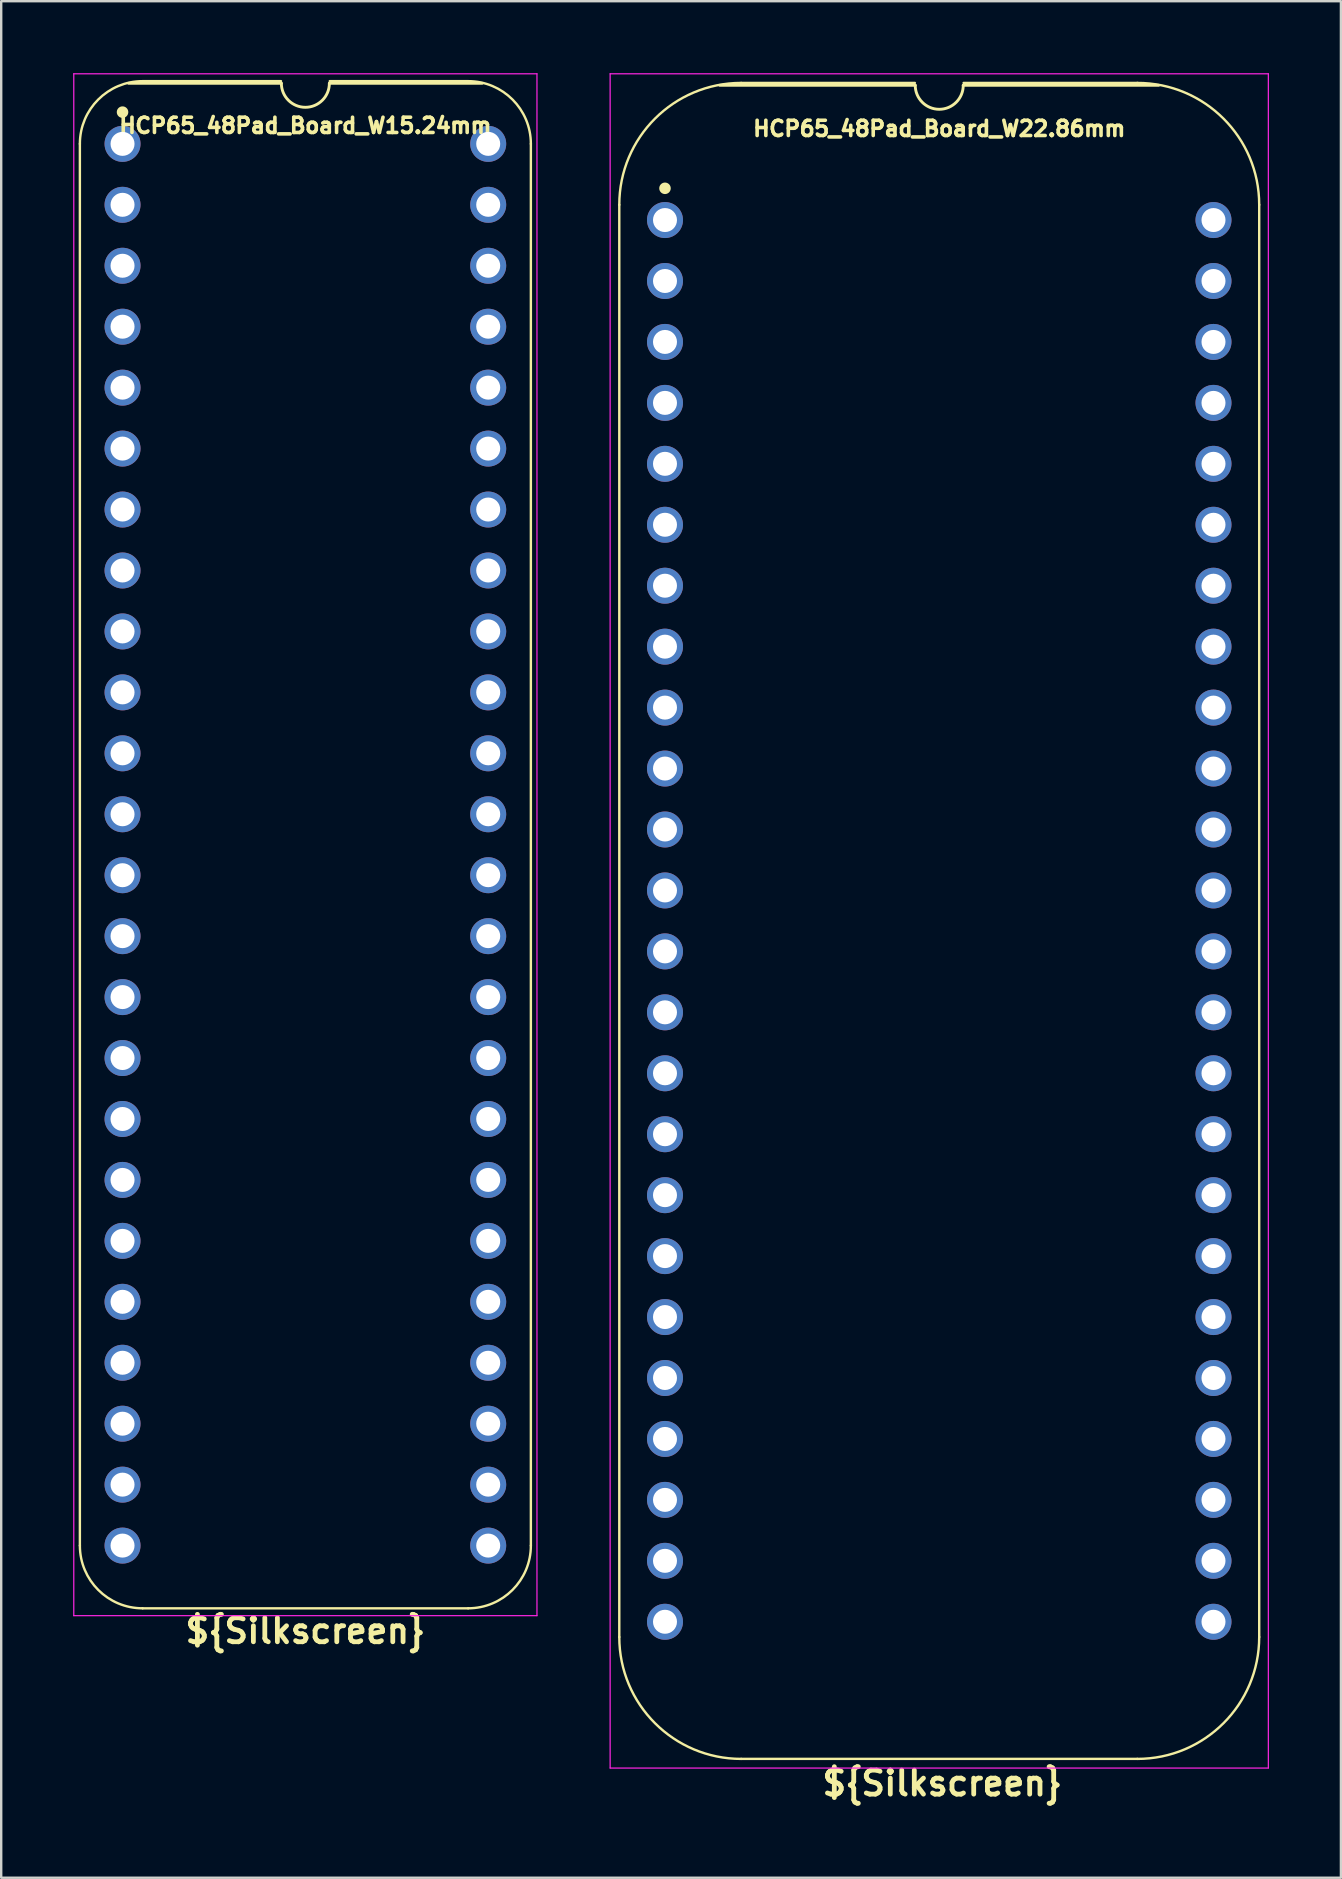
<source format=kicad_pcb>
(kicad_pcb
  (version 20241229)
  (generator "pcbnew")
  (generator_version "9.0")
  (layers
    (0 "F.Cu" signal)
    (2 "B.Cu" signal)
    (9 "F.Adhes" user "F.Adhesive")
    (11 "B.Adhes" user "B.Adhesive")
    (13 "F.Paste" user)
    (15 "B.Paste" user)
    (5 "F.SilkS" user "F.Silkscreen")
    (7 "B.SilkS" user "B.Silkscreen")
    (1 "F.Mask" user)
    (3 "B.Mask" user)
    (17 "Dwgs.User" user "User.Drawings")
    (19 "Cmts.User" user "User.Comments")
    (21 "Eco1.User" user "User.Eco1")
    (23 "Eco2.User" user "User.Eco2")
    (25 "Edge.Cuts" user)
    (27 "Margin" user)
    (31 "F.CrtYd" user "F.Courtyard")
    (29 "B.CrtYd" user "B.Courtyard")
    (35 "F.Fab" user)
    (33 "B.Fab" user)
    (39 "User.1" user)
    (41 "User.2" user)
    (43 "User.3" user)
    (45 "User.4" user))
  (footprint "HCP65_48Pad_Board_W22.86mm"
    (layer "F.Cu")
    (at 24.665 6.121)
    (property "Reference" "HCP65_48Pad_Board_W22.86mm" (at 11.43 -3.81 0) (layer "F.SilkS") (effects (font (size 0.635 0.635) (thickness 0.15))))
    (property "Silkscreen" "${Silkscreen}" (at 11.557 65.151 0) (unlocked yes) (layer "F.SilkS") (effects (font (size 1 1) (thickness 0.2) (bold yes))))
    (attr through_hole)
    (fp_line (start -1.905 -0.635) (end -1.905 59.055) (stroke (width 0.1) (type solid)) (layer "F.SilkS"))
    (fp_line (start 10.414 -5.715) (end 3.175 -5.715) (stroke (width 0.1) (type solid)) (layer "F.SilkS"))
    (fp_line (start 10.43 -5.616) (end 2.286 -5.616) (stroke (width 0.12) (type solid)) (layer "F.SilkS"))
    (fp_line (start 19.685 -5.715) (end 12.446 -5.715) (stroke (width 0.1) (type solid)) (layer "F.SilkS"))
    (fp_line (start 19.685 64.135) (end 3.175 64.135) (stroke (width 0.1) (type solid)) (layer "F.SilkS"))
    (fp_line (start 20.574 -5.616) (end 12.43 -5.616) (stroke (width 0.12) (type solid)) (layer "F.SilkS"))
    (fp_line (start 24.765 59.055) (end 24.765 -0.635) (stroke (width 0.1) (type solid)) (layer "F.SilkS"))
    (fp_arc (start -1.905 -0.635) (mid -0.417102 -4.227102) (end 3.175 -5.715) (stroke (width 0.1) (type solid)) (layer "F.SilkS"))
    (fp_arc (start 3.175 64.135) (mid -0.417102 62.647102) (end -1.905 59.055) (stroke (width 0.1) (type solid)) (layer "F.SilkS"))
    (fp_arc (start 12.43 -5.616) (mid 11.43 -4.616) (end 10.43 -5.616) (stroke (width 0.12) (type solid)) (layer "F.SilkS"))
    (fp_arc (start 19.685 -5.715) (mid 23.277102 -4.227102) (end 24.765 -0.635) (stroke (width 0.1) (type solid)) (layer "F.SilkS"))
    (fp_arc (start 24.765 59.055) (mid 23.277102 62.647102) (end 19.685 64.135) (stroke (width 0.1) (type solid)) (layer "F.SilkS"))
    (fp_circle (center 0 -1.323) (end 0.18 -1.323) (stroke (width 0.12) (type solid)) (fill yes) (layer "F.SilkS"))
    (fp_line (start -2.286 -6.096) (end -2.286 64.516) (stroke (width 0.05) (type solid)) (layer "F.CrtYd"))
    (fp_line (start -2.286 -6.096) (end 25.146 -6.096) (stroke (width 0.05) (type solid)) (layer "F.CrtYd"))
    (fp_line (start -2.286 64.516) (end 25.146 64.516) (stroke (width 0.05) (type solid)) (layer "F.CrtYd"))
    (fp_line (start 25.146 64.516) (end 25.146 -6.096) (stroke (width 0.05) (type solid)) (layer "F.CrtYd"))
    (pad "1" thru_hole circle (at 0 0) (size 1.5 1.5) (drill 1) (layers "*.Cu" "*.Mask"))
    (pad "2" thru_hole circle (at 0 2.54) (size 1.5 1.5) (drill 1) (layers "*.Cu" "*.Mask"))
    (pad "3" thru_hole circle (at 0 5.08) (size 1.5 1.5) (drill 1) (layers "*.Cu" "*.Mask"))
    (pad "4" thru_hole circle (at 0 7.62) (size 1.5 1.5) (drill 1) (layers "*.Cu" "*.Mask"))
    (pad "5" thru_hole circle (at 0 10.16) (size 1.5 1.5) (drill 1) (layers "*.Cu" "*.Mask"))
    (pad "6" thru_hole circle (at 0 12.7) (size 1.5 1.5) (drill 1) (layers "*.Cu" "*.Mask"))
    (pad "7" thru_hole circle (at 0 15.24) (size 1.5 1.5) (drill 1) (layers "*.Cu" "*.Mask"))
    (pad "8" thru_hole circle (at 0 17.78) (size 1.5 1.5) (drill 1) (layers "*.Cu" "*.Mask"))
    (pad "9" thru_hole circle (at 0 20.32) (size 1.5 1.5) (drill 1) (layers "*.Cu" "*.Mask"))
    (pad "10" thru_hole circle (at 0 22.86) (size 1.5 1.5) (drill 1) (layers "*.Cu" "*.Mask"))
    (pad "11" thru_hole circle (at 0 25.4) (size 1.5 1.5) (drill 1) (layers "*.Cu" "*.Mask"))
    (pad "12" thru_hole circle (at 0 27.94) (size 1.5 1.5) (drill 1) (layers "*.Cu" "*.Mask"))
    (pad "13" thru_hole circle (at 0 30.48) (size 1.5 1.5) (drill 1) (layers "*.Cu" "*.Mask"))
    (pad "14" thru_hole circle (at 0 33.02) (size 1.5 1.5) (drill 1) (layers "*.Cu" "*.Mask"))
    (pad "15" thru_hole circle (at 0 35.56) (size 1.5 1.5) (drill 1) (layers "*.Cu" "*.Mask"))
    (pad "16" thru_hole circle (at 0 38.1) (size 1.5 1.5) (drill 1) (layers "*.Cu" "*.Mask"))
    (pad "17" thru_hole circle (at 0 40.64) (size 1.5 1.5) (drill 1) (layers "*.Cu" "*.Mask"))
    (pad "18" thru_hole circle (at 0 43.18) (size 1.5 1.5) (drill 1) (layers "*.Cu" "*.Mask"))
    (pad "19" thru_hole circle (at 0 45.72) (size 1.5 1.5) (drill 1) (layers "*.Cu" "*.Mask"))
    (pad "20" thru_hole circle (at 0 48.26) (size 1.5 1.5) (drill 1) (layers "*.Cu" "*.Mask"))
    (pad "21" thru_hole circle (at 0 50.8) (size 1.5 1.5) (drill 1) (layers "*.Cu" "*.Mask"))
    (pad "22" thru_hole circle (at 0 53.34) (size 1.5 1.5) (drill 1) (layers "*.Cu" "*.Mask"))
    (pad "23" thru_hole circle (at 0 55.88) (size 1.5 1.5) (drill 1) (layers "*.Cu" "*.Mask"))
    (pad "24" thru_hole circle (at 0 58.42) (size 1.5 1.5) (drill 1) (layers "*.Cu" "*.Mask"))
    (pad "25" thru_hole circle (at 22.86 58.42 180) (size 1.5 1.5) (drill 1) (layers "*.Cu" "*.Mask"))
    (pad "26" thru_hole circle (at 22.86 55.88 180) (size 1.5 1.5) (drill 1) (layers "*.Cu" "*.Mask"))
    (pad "27" thru_hole circle (at 22.86 53.34 180) (size 1.5 1.5) (drill 1) (layers "*.Cu" "*.Mask"))
    (pad "28" thru_hole circle (at 22.86 50.8 180) (size 1.5 1.5) (drill 1) (layers "*.Cu" "*.Mask"))
    (pad "29" thru_hole circle (at 22.86 48.26) (size 1.5 1.5) (drill 1) (layers "*.Cu" "*.Mask"))
    (pad "30" thru_hole circle (at 22.86 45.72) (size 1.5 1.5) (drill 1) (layers "*.Cu" "*.Mask"))
    (pad "31" thru_hole circle (at 22.86 43.18) (size 1.5 1.5) (drill 1) (layers "*.Cu" "*.Mask"))
    (pad "32" thru_hole circle (at 22.86 40.64) (size 1.5 1.5) (drill 1) (layers "*.Cu" "*.Mask"))
    (pad "33" thru_hole circle (at 22.86 38.1) (size 1.5 1.5) (drill 1) (layers "*.Cu" "*.Mask"))
    (pad "34" thru_hole circle (at 22.86 35.56) (size 1.5 1.5) (drill 1) (layers "*.Cu" "*.Mask"))
    (pad "35" thru_hole circle (at 22.86 33.02) (size 1.5 1.5) (drill 1) (layers "*.Cu" "*.Mask"))
    (pad "36" thru_hole circle (at 22.86 30.48) (size 1.5 1.5) (drill 1) (layers "*.Cu" "*.Mask"))
    (pad "37" thru_hole circle (at 22.86 27.94) (size 1.5 1.5) (drill 1) (layers "*.Cu" "*.Mask"))
    (pad "38" thru_hole circle (at 22.86 25.4) (size 1.5 1.5) (drill 1) (layers "*.Cu" "*.Mask"))
    (pad "39" thru_hole circle (at 22.86 22.86) (size 1.5 1.5) (drill 1) (layers "*.Cu" "*.Mask"))
    (pad "40" thru_hole circle (at 22.86 20.32) (size 1.5 1.5) (drill 1) (layers "*.Cu" "*.Mask"))
    (pad "41" thru_hole circle (at 22.86 17.78) (size 1.5 1.5) (drill 1) (layers "*.Cu" "*.Mask"))
    (pad "42" thru_hole circle (at 22.86 15.24) (size 1.5 1.5) (drill 1) (layers "*.Cu" "*.Mask"))
    (pad "43" thru_hole circle (at 22.86 12.7) (size 1.5 1.5) (drill 1) (layers "*.Cu" "*.Mask"))
    (pad "44" thru_hole circle (at 22.86 10.16) (size 1.5 1.5) (drill 1) (layers "*.Cu" "*.Mask"))
    (pad "45" thru_hole circle (at 22.86 7.62) (size 1.5 1.5) (drill 1) (layers "*.Cu" "*.Mask"))
    (pad "46" thru_hole circle (at 22.86 5.08) (size 1.5 1.5) (drill 1) (layers "*.Cu" "*.Mask"))
    (pad "47" thru_hole circle (at 22.86 2.54) (size 1.5 1.5) (drill 1) (layers "*.Cu" "*.Mask"))
    (pad "48" thru_hole circle (at 22.86 0) (size 1.5 1.5) (drill 1) (layers "*.Cu" "*.Mask")))
  (footprint "HCP65_48Pad_Board_W15.24mm"
    (layer "F.Cu")
    (at 2.057 2.946)
    (property "Reference" "HCP65_48Pad_Board_W15.24mm" (at 7.62 -0.762 0) (layer "F.SilkS") (effects (font (size 0.635 0.635) (thickness 0.15))))
    (property "Silkscreen" "${Silkscreen}" (at 7.62 61.976 0) (layer "F.SilkS") (effects (font (size 1 1) (thickness 0.2))))
    (attr through_hole)
    (fp_line (start -1.778 58.42) (end -1.778 0) (stroke (width 0.1) (type solid)) (layer "F.SilkS"))
    (fp_line (start 0.836 -2.614) (end 6.604 -2.614) (stroke (width 0.1) (type solid)) (layer "F.SilkS"))
    (fp_line (start 6.62 -2.524) (end 0.254 -2.524) (stroke (width 0.12) (type solid)) (layer "F.SilkS"))
    (fp_line (start 8.636 -2.614) (end 14.404 -2.614) (stroke (width 0.1) (type solid)) (layer "F.SilkS"))
    (fp_line (start 14.404 61.034) (end 0.836 61.034) (stroke (width 0.1) (type solid)) (layer "F.SilkS"))
    (fp_line (start 14.986 -2.524) (end 8.62 -2.524) (stroke (width 0.12) (type solid)) (layer "F.SilkS"))
    (fp_line (start 17.018 58.42) (end 17.018 0) (stroke (width 0.1) (type solid)) (layer "F.SilkS"))
    (fp_arc (start -1.778 0) (mid -1.012456 -1.848188) (end 0.835732 -2.613732) (stroke (width 0.1) (type solid)) (layer "F.SilkS"))
    (fp_arc (start 0.835733 61.033733) (mid -1.012456 60.268189) (end -1.778 58.42) (stroke (width 0.1) (type solid)) (layer "F.SilkS"))
    (fp_arc (start 8.62 -2.524) (mid 7.62 -1.524) (end 6.62 -2.524) (stroke (width 0.12) (type solid)) (layer "F.SilkS"))
    (fp_arc (start 14.404268 -2.613732) (mid 16.252456 -1.848188) (end 17.018 0) (stroke (width 0.1) (type solid)) (layer "F.SilkS"))
    (fp_arc (start 17.018001 58.420001) (mid 16.252456 60.268188) (end 14.404269 61.033733) (stroke (width 0.1) (type solid)) (layer "F.SilkS"))
    (fp_circle (center 0 -1.323) (end 0.18 -1.323) (stroke (width 0.12) (type solid)) (fill yes) (layer "F.SilkS"))
    (fp_line (start -2.032 -2.921) (end -2.032 61.341) (stroke (width 0.05) (type solid)) (layer "F.CrtYd"))
    (fp_line (start -2.032 -2.921) (end 17.272 -2.921) (stroke (width 0.05) (type solid)) (layer "F.CrtYd"))
    (fp_line (start -2.032 61.341) (end 17.272 61.341) (stroke (width 0.05) (type solid)) (layer "F.CrtYd"))
    (fp_line (start 17.272 -2.921) (end 17.272 61.341) (stroke (width 0.05) (type solid)) (layer "F.CrtYd"))
    (pad "1" thru_hole circle (at 0 0) (size 1.5 1.5) (drill 1) (layers "*.Cu" "*.Mask"))
    (pad "2" thru_hole circle (at 0 2.54) (size 1.5 1.5) (drill 1) (layers "*.Cu" "*.Mask"))
    (pad "3" thru_hole circle (at 0 5.08) (size 1.5 1.5) (drill 1) (layers "*.Cu" "*.Mask"))
    (pad "4" thru_hole circle (at 0 7.62) (size 1.5 1.5) (drill 1) (layers "*.Cu" "*.Mask"))
    (pad "5" thru_hole circle (at 0 10.16) (size 1.5 1.5) (drill 1) (layers "*.Cu" "*.Mask"))
    (pad "6" thru_hole circle (at 0 12.7) (size 1.5 1.5) (drill 1) (layers "*.Cu" "*.Mask"))
    (pad "7" thru_hole circle (at 0 15.24) (size 1.5 1.5) (drill 1) (layers "*.Cu" "*.Mask"))
    (pad "8" thru_hole circle (at 0 17.78) (size 1.5 1.5) (drill 1) (layers "*.Cu" "*.Mask"))
    (pad "9" thru_hole circle (at 0 20.32) (size 1.5 1.5) (drill 1) (layers "*.Cu" "*.Mask"))
    (pad "10" thru_hole circle (at 0 22.86) (size 1.5 1.5) (drill 1) (layers "*.Cu" "*.Mask"))
    (pad "11" thru_hole circle (at 0 25.4) (size 1.5 1.5) (drill 1) (layers "*.Cu" "*.Mask"))
    (pad "12" thru_hole circle (at 0 27.94) (size 1.5 1.5) (drill 1) (layers "*.Cu" "*.Mask"))
    (pad "13" thru_hole circle (at 0 30.48) (size 1.5 1.5) (drill 1) (layers "*.Cu" "*.Mask"))
    (pad "14" thru_hole circle (at 0 33.02) (size 1.5 1.5) (drill 1) (layers "*.Cu" "*.Mask"))
    (pad "15" thru_hole circle (at 0 35.56) (size 1.5 1.5) (drill 1) (layers "*.Cu" "*.Mask"))
    (pad "16" thru_hole circle (at 0 38.1) (size 1.5 1.5) (drill 1) (layers "*.Cu" "*.Mask"))
    (pad "17" thru_hole circle (at 0 40.64) (size 1.5 1.5) (drill 1) (layers "*.Cu" "*.Mask"))
    (pad "18" thru_hole circle (at 0 43.18) (size 1.5 1.5) (drill 1) (layers "*.Cu" "*.Mask"))
    (pad "19" thru_hole circle (at 0 45.72) (size 1.5 1.5) (drill 1) (layers "*.Cu" "*.Mask"))
    (pad "20" thru_hole circle (at 0 48.26) (size 1.5 1.5) (drill 1) (layers "*.Cu" "*.Mask"))
    (pad "21" thru_hole circle (at 0 50.8) (size 1.5 1.5) (drill 1) (layers "*.Cu" "*.Mask"))
    (pad "22" thru_hole circle (at 0 53.34) (size 1.5 1.5) (drill 1) (layers "*.Cu" "*.Mask"))
    (pad "23" thru_hole circle (at 0 55.88) (size 1.5 1.5) (drill 1) (layers "*.Cu" "*.Mask"))
    (pad "24" thru_hole circle (at 0 58.42) (size 1.5 1.5) (drill 1) (layers "*.Cu" "*.Mask"))
    (pad "25" thru_hole circle (at 15.24 58.42 180) (size 1.5 1.5) (drill 1) (layers "*.Cu" "*.Mask"))
    (pad "26" thru_hole circle (at 15.24 55.88 180) (size 1.5 1.5) (drill 1) (layers "*.Cu" "*.Mask"))
    (pad "27" thru_hole circle (at 15.24 53.34 180) (size 1.5 1.5) (drill 1) (layers "*.Cu" "*.Mask"))
    (pad "28" thru_hole circle (at 15.24 50.8 180) (size 1.5 1.5) (drill 1) (layers "*.Cu" "*.Mask"))
    (pad "29" thru_hole circle (at 15.24 48.26) (size 1.5 1.5) (drill 1) (layers "*.Cu" "*.Mask"))
    (pad "30" thru_hole circle (at 15.24 45.72) (size 1.5 1.5) (drill 1) (layers "*.Cu" "*.Mask"))
    (pad "31" thru_hole circle (at 15.24 43.18) (size 1.5 1.5) (drill 1) (layers "*.Cu" "*.Mask"))
    (pad "32" thru_hole circle (at 15.24 40.64) (size 1.5 1.5) (drill 1) (layers "*.Cu" "*.Mask"))
    (pad "33" thru_hole circle (at 15.24 38.1) (size 1.5 1.5) (drill 1) (layers "*.Cu" "*.Mask"))
    (pad "34" thru_hole circle (at 15.24 35.56) (size 1.5 1.5) (drill 1) (layers "*.Cu" "*.Mask"))
    (pad "35" thru_hole circle (at 15.24 33.02) (size 1.5 1.5) (drill 1) (layers "*.Cu" "*.Mask"))
    (pad "36" thru_hole circle (at 15.24 30.48) (size 1.5 1.5) (drill 1) (layers "*.Cu" "*.Mask"))
    (pad "37" thru_hole circle (at 15.24 27.94) (size 1.5 1.5) (drill 1) (layers "*.Cu" "*.Mask"))
    (pad "38" thru_hole circle (at 15.24 25.4) (size 1.5 1.5) (drill 1) (layers "*.Cu" "*.Mask"))
    (pad "39" thru_hole circle (at 15.24 22.86) (size 1.5 1.5) (drill 1) (layers "*.Cu" "*.Mask"))
    (pad "40" thru_hole circle (at 15.24 20.32) (size 1.5 1.5) (drill 1) (layers "*.Cu" "*.Mask"))
    (pad "41" thru_hole circle (at 15.24 17.78) (size 1.5 1.5) (drill 1) (layers "*.Cu" "*.Mask"))
    (pad "42" thru_hole circle (at 15.24 15.24) (size 1.5 1.5) (drill 1) (layers "*.Cu" "*.Mask"))
    (pad "43" thru_hole circle (at 15.24 12.7) (size 1.5 1.5) (drill 1) (layers "*.Cu" "*.Mask"))
    (pad "44" thru_hole circle (at 15.24 10.16) (size 1.5 1.5) (drill 1) (layers "*.Cu" "*.Mask"))
    (pad "45" thru_hole circle (at 15.24 7.62) (size 1.5 1.5) (drill 1) (layers "*.Cu" "*.Mask"))
    (pad "46" thru_hole circle (at 15.24 5.08) (size 1.5 1.5) (drill 1) (layers "*.Cu" "*.Mask"))
    (pad "47" thru_hole circle (at 15.24 2.54) (size 1.5 1.5) (drill 1) (layers "*.Cu" "*.Mask"))
    (pad "48" thru_hole circle (at 15.24 0) (size 1.5 1.5) (drill 1) (layers "*.Cu" "*.Mask")))
  (gr_rect
    (start -3 -3)
    (end 52.836 75.208)
    (stroke (width 0.1) (type default))
    (fill no)
    (layer "Edge.Cuts")))
</source>
